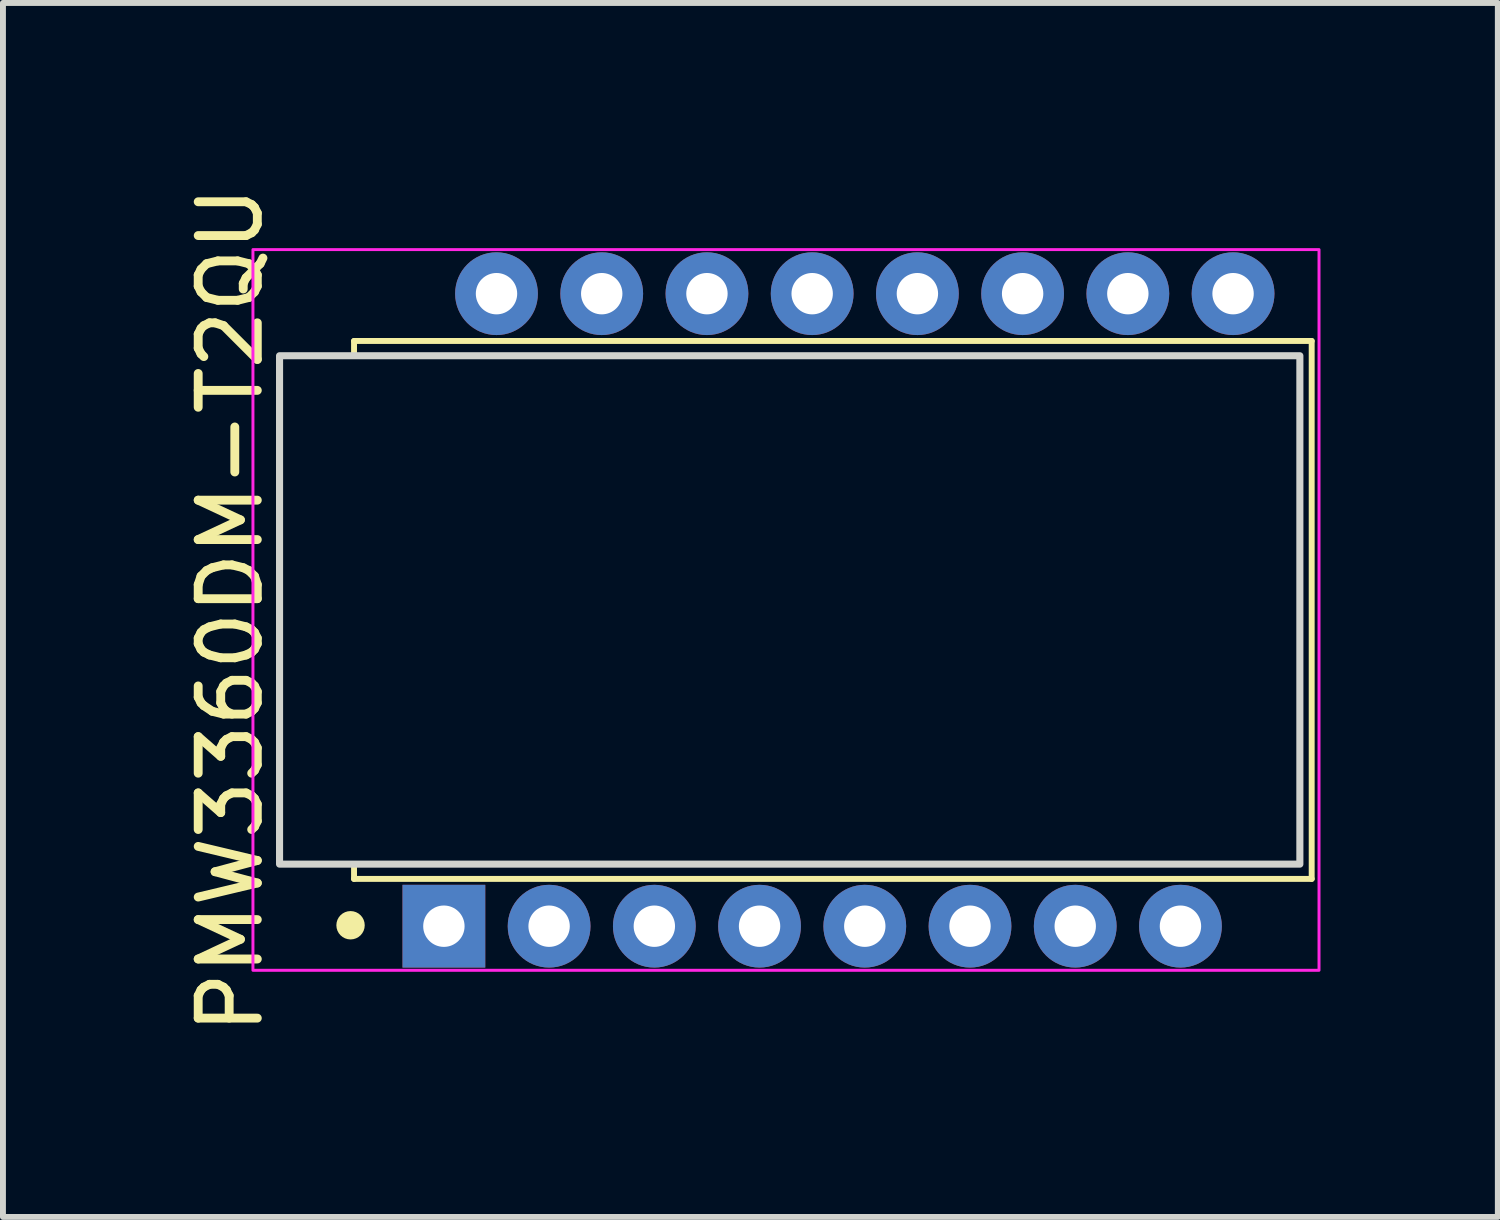
<source format=kicad_pcb>
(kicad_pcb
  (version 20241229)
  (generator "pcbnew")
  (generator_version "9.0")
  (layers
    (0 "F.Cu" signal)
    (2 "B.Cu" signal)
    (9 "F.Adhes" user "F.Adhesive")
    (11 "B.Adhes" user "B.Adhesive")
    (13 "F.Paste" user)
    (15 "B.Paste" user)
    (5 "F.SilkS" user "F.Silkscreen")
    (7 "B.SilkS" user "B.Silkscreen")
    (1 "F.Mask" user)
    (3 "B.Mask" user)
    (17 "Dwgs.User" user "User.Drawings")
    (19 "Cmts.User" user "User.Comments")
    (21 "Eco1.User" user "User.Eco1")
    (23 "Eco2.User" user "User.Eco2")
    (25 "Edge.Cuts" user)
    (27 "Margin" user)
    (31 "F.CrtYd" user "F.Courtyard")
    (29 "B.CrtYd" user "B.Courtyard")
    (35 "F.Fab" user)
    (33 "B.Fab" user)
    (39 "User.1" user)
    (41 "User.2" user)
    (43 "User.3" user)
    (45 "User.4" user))
  (footprint "PMW3360DM-T2QU"
    (layer "F.Cu")
    (at 10.119 7.268)
    (property "Reference" "PMW3360DM-T2QU" (at -9.271 0 90) (layer "F.SilkS") (effects (font (size 1 1) (thickness 0.15))))
    (fp_line (start -7.18 -4.55) (end 9.02 -4.55) (stroke (width 0.1) (type solid)) (layer "F.SilkS"))
    (fp_line (start -7.18 -4.318) (end -7.18 -4.55) (stroke (width 0.1) (type solid)) (layer "F.SilkS"))
    (fp_line (start -7.18 4.55) (end -7.18 4.318) (stroke (width 0.1) (type solid)) (layer "F.SilkS"))
    (fp_line (start 9.02 -4.55) (end 9.02 4.55) (stroke (width 0.1) (type solid)) (layer "F.SilkS"))
    (fp_line (start 9.02 4.55) (end -7.18 4.55) (stroke (width 0.1) (type solid)) (layer "F.SilkS"))
    (fp_circle (center -7.239 5.334) (end -7.059 5.334) (stroke (width 0.12) (type solid)) (fill yes) (layer "F.SilkS"))
    (fp_rect (start -8.44 -4.3) (end 8.82 4.3) (stroke (width 0.12) (type solid)) (fill no) (layer "Edge.Cuts"))
    (fp_rect (start -8.89 -6.096) (end 9.144 6.096) (stroke (width 0.05) (type solid)) (fill no) (layer "F.CrtYd"))
    (pad "1" thru_hole rect (at -5.66 5.35) (size 1.4 1.4) (drill 0.7) (layers "*.Cu" "*.Mask"))
    (pad "2" thru_hole circle (at -3.88 5.35) (size 1.4 1.4) (drill 0.7) (layers "*.Cu" "*.Mask"))
    (pad "3" thru_hole circle (at -2.1 5.35) (size 1.4 1.4) (drill 0.7) (layers "*.Cu" "*.Mask"))
    (pad "4" thru_hole circle (at -0.32 5.35) (size 1.4 1.4) (drill 0.7) (layers "*.Cu" "*.Mask"))
    (pad "5" thru_hole circle (at 1.46 5.35) (size 1.4 1.4) (drill 0.7) (layers "*.Cu" "*.Mask"))
    (pad "6" thru_hole circle (at 3.24 5.35) (size 1.4 1.4) (drill 0.7) (layers "*.Cu" "*.Mask"))
    (pad "7" thru_hole circle (at 5.02 5.35) (size 1.4 1.4) (drill 0.7) (layers "*.Cu" "*.Mask"))
    (pad "8" thru_hole circle (at 6.8 5.35) (size 1.4 1.4) (drill 0.7) (layers "*.Cu" "*.Mask"))
    (pad "9" thru_hole circle (at 7.69 -5.35) (size 1.4 1.4) (drill 0.7) (layers "*.Cu" "*.Mask"))
    (pad "10" thru_hole circle (at 5.91 -5.35) (size 1.4 1.4) (drill 0.7) (layers "*.Cu" "*.Mask"))
    (pad "11" thru_hole circle (at 4.13 -5.35) (size 1.4 1.4) (drill 0.7) (layers "*.Cu" "*.Mask"))
    (pad "12" thru_hole circle (at 2.35 -5.35) (size 1.4 1.4) (drill 0.7) (layers "*.Cu" "*.Mask"))
    (pad "13" thru_hole circle (at 0.57 -5.35) (size 1.4 1.4) (drill 0.7) (layers "*.Cu" "*.Mask"))
    (pad "14" thru_hole circle (at -1.21 -5.35) (size 1.4 1.4) (drill 0.7) (layers "*.Cu" "*.Mask"))
    (pad "15" thru_hole circle (at -2.99 -5.35) (size 1.4 1.4) (drill 0.7) (layers "*.Cu" "*.Mask"))
    (pad "16" thru_hole circle (at -4.77 -5.35) (size 1.4 1.4) (drill 0.7) (layers "*.Cu" "*.Mask")))
  (gr_rect
    (start -3 -3)
    (end 22.288 17.536)
    (stroke (width 0.1) (type default))
    (fill no)
    (layer "Edge.Cuts")))
</source>
